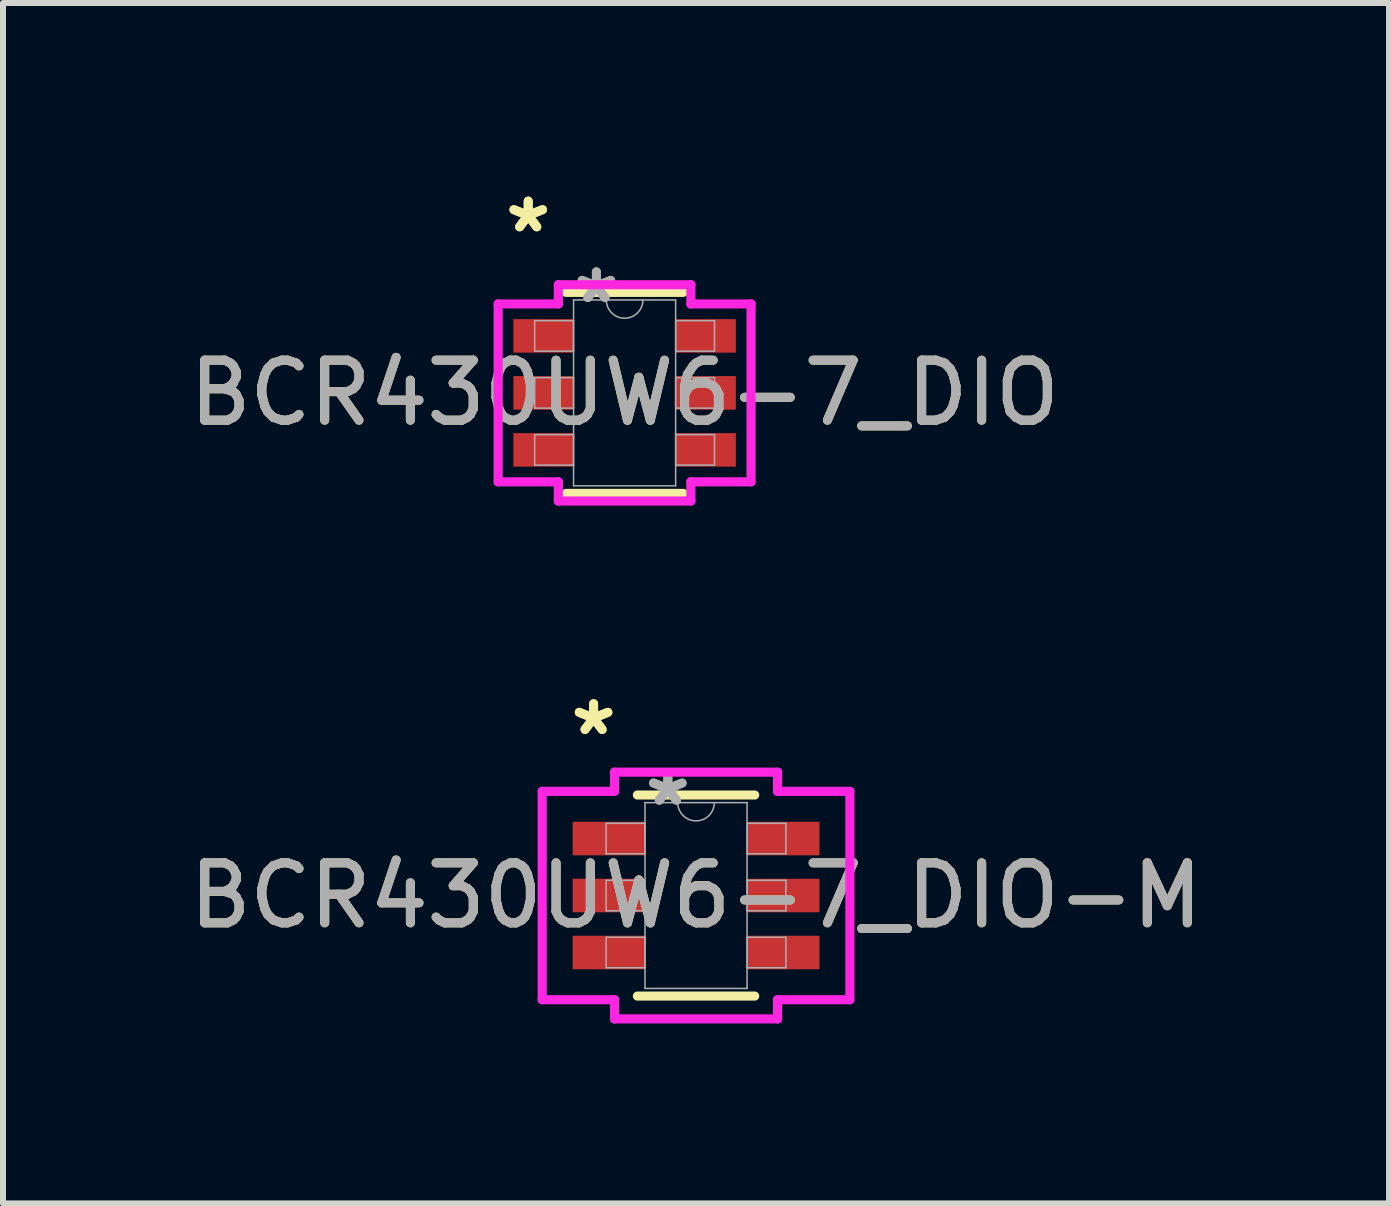
<source format=kicad_pcb>
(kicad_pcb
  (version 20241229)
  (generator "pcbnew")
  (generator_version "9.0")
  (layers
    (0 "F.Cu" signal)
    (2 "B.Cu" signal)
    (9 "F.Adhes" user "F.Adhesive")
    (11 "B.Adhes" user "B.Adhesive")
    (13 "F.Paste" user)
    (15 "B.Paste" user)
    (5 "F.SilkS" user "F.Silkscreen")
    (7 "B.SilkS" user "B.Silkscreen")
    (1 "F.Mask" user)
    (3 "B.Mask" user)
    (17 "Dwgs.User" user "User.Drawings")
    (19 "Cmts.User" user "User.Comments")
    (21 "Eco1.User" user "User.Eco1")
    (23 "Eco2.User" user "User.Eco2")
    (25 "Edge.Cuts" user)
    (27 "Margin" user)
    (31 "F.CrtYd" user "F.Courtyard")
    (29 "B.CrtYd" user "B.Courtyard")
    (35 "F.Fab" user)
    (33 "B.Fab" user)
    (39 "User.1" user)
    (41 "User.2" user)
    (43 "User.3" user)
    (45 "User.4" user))
  (footprint "BCR430UW6-7_DIO"
    (layer "F.Cu")
    (at 7.363 3.5)
    (property "Reference" "BCR430UW6-7_DIO" (at 0 0 0) (unlocked yes) (layer "F.SilkS") (effects (font (size 1 1) (thickness 0.15))))
    (attr smd)
    (fp_line (start -0.978 1.676) (end 0.978 1.676) (stroke (width 0.152) (type solid)) (layer "F.SilkS"))
    (fp_line (start 0.978 -1.676) (end -0.978 -1.676) (stroke (width 0.152) (type solid)) (layer "F.SilkS"))
    (fp_line (start -2.108 -1.483) (end -1.105 -1.483) (stroke (width 0.152) (type solid)) (layer "F.CrtYd"))
    (fp_line (start -2.108 1.483) (end -2.108 -1.483) (stroke (width 0.152) (type solid)) (layer "F.CrtYd"))
    (fp_line (start -2.108 1.483) (end -1.105 1.483) (stroke (width 0.152) (type solid)) (layer "F.CrtYd"))
    (fp_line (start -1.105 -1.803) (end 1.105 -1.803) (stroke (width 0.152) (type solid)) (layer "F.CrtYd"))
    (fp_line (start -1.105 -1.483) (end -1.105 -1.803) (stroke (width 0.152) (type solid)) (layer "F.CrtYd"))
    (fp_line (start -1.105 1.803) (end -1.105 1.483) (stroke (width 0.152) (type solid)) (layer "F.CrtYd"))
    (fp_line (start 1.105 -1.803) (end 1.105 -1.483) (stroke (width 0.152) (type solid)) (layer "F.CrtYd"))
    (fp_line (start 1.105 1.483) (end 1.105 1.803) (stroke (width 0.152) (type solid)) (layer "F.CrtYd"))
    (fp_line (start 1.105 1.803) (end -1.105 1.803) (stroke (width 0.152) (type solid)) (layer "F.CrtYd"))
    (fp_line (start 2.108 -1.483) (end 1.105 -1.483) (stroke (width 0.152) (type solid)) (layer "F.CrtYd"))
    (fp_line (start 2.108 -1.483) (end 2.108 1.483) (stroke (width 0.152) (type solid)) (layer "F.CrtYd"))
    (fp_line (start 2.108 1.483) (end 1.105 1.483) (stroke (width 0.152) (type solid)) (layer "F.CrtYd"))
    (fp_line (start -1.499 -1.204) (end -1.499 -0.696) (stroke (width 0.025) (type solid)) (layer "F.Fab"))
    (fp_line (start -1.499 -0.696) (end -0.851 -0.696) (stroke (width 0.025) (type solid)) (layer "F.Fab"))
    (fp_line (start -1.499 -0.254) (end -1.499 0.254) (stroke (width 0.025) (type solid)) (layer "F.Fab"))
    (fp_line (start -1.499 0.254) (end -0.851 0.254) (stroke (width 0.025) (type solid)) (layer "F.Fab"))
    (fp_line (start -1.499 0.696) (end -1.499 1.204) (stroke (width 0.025) (type solid)) (layer "F.Fab"))
    (fp_line (start -1.499 1.204) (end -0.851 1.204) (stroke (width 0.025) (type solid)) (layer "F.Fab"))
    (fp_line (start -0.851 -1.549) (end -0.851 1.549) (stroke (width 0.025) (type solid)) (layer "F.Fab"))
    (fp_line (start -0.851 -1.204) (end -1.499 -1.204) (stroke (width 0.025) (type solid)) (layer "F.Fab"))
    (fp_line (start -0.851 -0.696) (end -0.851 -1.204) (stroke (width 0.025) (type solid)) (layer "F.Fab"))
    (fp_line (start -0.851 -0.254) (end -1.499 -0.254) (stroke (width 0.025) (type solid)) (layer "F.Fab"))
    (fp_line (start -0.851 0.254) (end -0.851 -0.254) (stroke (width 0.025) (type solid)) (layer "F.Fab"))
    (fp_line (start -0.851 0.696) (end -1.499 0.696) (stroke (width 0.025) (type solid)) (layer "F.Fab"))
    (fp_line (start -0.851 1.204) (end -0.851 0.696) (stroke (width 0.025) (type solid)) (layer "F.Fab"))
    (fp_line (start -0.851 1.549) (end 0.851 1.549) (stroke (width 0.025) (type solid)) (layer "F.Fab"))
    (fp_line (start 0.851 -1.549) (end -0.851 -1.549) (stroke (width 0.025) (type solid)) (layer "F.Fab"))
    (fp_line (start 0.851 -1.204) (end 0.851 -0.696) (stroke (width 0.025) (type solid)) (layer "F.Fab"))
    (fp_line (start 0.851 -0.696) (end 1.499 -0.696) (stroke (width 0.025) (type solid)) (layer "F.Fab"))
    (fp_line (start 0.851 -0.254) (end 0.851 0.254) (stroke (width 0.025) (type solid)) (layer "F.Fab"))
    (fp_line (start 0.851 0.254) (end 1.499 0.254) (stroke (width 0.025) (type solid)) (layer "F.Fab"))
    (fp_line (start 0.851 0.696) (end 0.851 1.204) (stroke (width 0.025) (type solid)) (layer "F.Fab"))
    (fp_line (start 0.851 1.204) (end 1.499 1.204) (stroke (width 0.025) (type solid)) (layer "F.Fab"))
    (fp_line (start 0.851 1.549) (end 0.851 -1.549) (stroke (width 0.025) (type solid)) (layer "F.Fab"))
    (fp_line (start 1.499 -1.204) (end 0.851 -1.204) (stroke (width 0.025) (type solid)) (layer "F.Fab"))
    (fp_line (start 1.499 -0.696) (end 1.499 -1.204) (stroke (width 0.025) (type solid)) (layer "F.Fab"))
    (fp_line (start 1.499 -0.254) (end 0.851 -0.254) (stroke (width 0.025) (type solid)) (layer "F.Fab"))
    (fp_line (start 1.499 0.254) (end 1.499 -0.254) (stroke (width 0.025) (type solid)) (layer "F.Fab"))
    (fp_line (start 1.499 0.696) (end 0.851 0.696) (stroke (width 0.025) (type solid)) (layer "F.Fab"))
    (fp_line (start 1.499 1.204) (end 1.499 0.696) (stroke (width 0.025) (type solid)) (layer "F.Fab"))
    (fp_arc (start 0.3048 -1.5494) (mid 0 -1.2446) (end -0.3048 -1.5494) (stroke (width 0.0254) (type solid)) (layer "F.Fab"))
    (fp_text user "*" (at -1.607 -2.652 0) (unlocked yes) (layer "F.SilkS") (effects (font (size 1 1) (thickness 0.15))))
    (fp_text user "*" (at -1.607 -2.652 0) (layer "F.SilkS") (effects (font (size 1 1) (thickness 0.15))))
    (fp_text user "${REFERENCE}" (at 0 0 0) (unlocked yes) (layer "F.Fab") (effects (font (size 1 1) (thickness 0.15))))
    (fp_text user "*" (at -0.47 -1.473 0) (unlocked yes) (layer "F.Fab") (effects (font (size 1 1) (thickness 0.15))))
    (fp_text user "*" (at -0.47 -1.473 0) (layer "F.Fab") (effects (font (size 1 1) (thickness 0.15))))
    (pad "1" smd rect (at -1.353 -0.95) (size 1.003 0.559) (layers "F.Cu" "F.Mask" "F.Paste"))
    (pad "2" smd rect (at -1.353 0) (size 1.003 0.559) (layers "F.Cu" "F.Mask" "F.Paste"))
    (pad "3" smd rect (at -1.353 0.95) (size 1.003 0.559) (layers "F.Cu" "F.Mask" "F.Paste"))
    (pad "4" smd rect (at 1.353 0.95) (size 1.003 0.559) (layers "F.Cu" "F.Mask" "F.Paste"))
    (pad "5" smd rect (at 1.353 0) (size 1.003 0.559) (layers "F.Cu" "F.Mask" "F.Paste"))
    (pad "6" smd rect (at 1.353 -0.95) (size 1.003 0.559) (layers "F.Cu" "F.Mask" "F.Paste")))
  (footprint "BCR430UW6-7_DIO-M"
    (layer "F.Cu")
    (at 8.554 11.88)
    (property "Reference" "BCR430UW6-7_DIO-M" (at 0 0 0) (unlocked yes) (layer "F.SilkS") (effects (font (size 1 1) (thickness 0.15))))
    (attr smd)
    (fp_line (start -0.978 1.676) (end 0.978 1.676) (stroke (width 0.152) (type solid)) (layer "F.SilkS"))
    (fp_line (start 0.978 -1.676) (end -0.978 -1.676) (stroke (width 0.152) (type solid)) (layer "F.SilkS"))
    (fp_line (start -2.565 -1.737) (end -1.359 -1.737) (stroke (width 0.152) (type solid)) (layer "F.CrtYd"))
    (fp_line (start -2.565 1.737) (end -2.565 -1.737) (stroke (width 0.152) (type solid)) (layer "F.CrtYd"))
    (fp_line (start -2.565 1.737) (end -1.359 1.737) (stroke (width 0.152) (type solid)) (layer "F.CrtYd"))
    (fp_line (start -1.359 -2.057) (end 1.359 -2.057) (stroke (width 0.152) (type solid)) (layer "F.CrtYd"))
    (fp_line (start -1.359 -1.737) (end -1.359 -2.057) (stroke (width 0.152) (type solid)) (layer "F.CrtYd"))
    (fp_line (start -1.359 2.057) (end -1.359 1.737) (stroke (width 0.152) (type solid)) (layer "F.CrtYd"))
    (fp_line (start 1.359 -2.057) (end 1.359 -1.737) (stroke (width 0.152) (type solid)) (layer "F.CrtYd"))
    (fp_line (start 1.359 1.737) (end 1.359 2.057) (stroke (width 0.152) (type solid)) (layer "F.CrtYd"))
    (fp_line (start 1.359 2.057) (end -1.359 2.057) (stroke (width 0.152) (type solid)) (layer "F.CrtYd"))
    (fp_line (start 2.565 -1.737) (end 1.359 -1.737) (stroke (width 0.152) (type solid)) (layer "F.CrtYd"))
    (fp_line (start 2.565 -1.737) (end 2.565 1.737) (stroke (width 0.152) (type solid)) (layer "F.CrtYd"))
    (fp_line (start 2.565 1.737) (end 1.359 1.737) (stroke (width 0.152) (type solid)) (layer "F.CrtYd"))
    (fp_line (start -1.499 -1.204) (end -1.499 -0.696) (stroke (width 0.025) (type solid)) (layer "F.Fab"))
    (fp_line (start -1.499 -0.696) (end -0.851 -0.696) (stroke (width 0.025) (type solid)) (layer "F.Fab"))
    (fp_line (start -1.499 -0.254) (end -1.499 0.254) (stroke (width 0.025) (type solid)) (layer "F.Fab"))
    (fp_line (start -1.499 0.254) (end -0.851 0.254) (stroke (width 0.025) (type solid)) (layer "F.Fab"))
    (fp_line (start -1.499 0.696) (end -1.499 1.204) (stroke (width 0.025) (type solid)) (layer "F.Fab"))
    (fp_line (start -1.499 1.204) (end -0.851 1.204) (stroke (width 0.025) (type solid)) (layer "F.Fab"))
    (fp_line (start -0.851 -1.549) (end -0.851 1.549) (stroke (width 0.025) (type solid)) (layer "F.Fab"))
    (fp_line (start -0.851 -1.204) (end -1.499 -1.204) (stroke (width 0.025) (type solid)) (layer "F.Fab"))
    (fp_line (start -0.851 -0.696) (end -0.851 -1.204) (stroke (width 0.025) (type solid)) (layer "F.Fab"))
    (fp_line (start -0.851 -0.254) (end -1.499 -0.254) (stroke (width 0.025) (type solid)) (layer "F.Fab"))
    (fp_line (start -0.851 0.254) (end -0.851 -0.254) (stroke (width 0.025) (type solid)) (layer "F.Fab"))
    (fp_line (start -0.851 0.696) (end -1.499 0.696) (stroke (width 0.025) (type solid)) (layer "F.Fab"))
    (fp_line (start -0.851 1.204) (end -0.851 0.696) (stroke (width 0.025) (type solid)) (layer "F.Fab"))
    (fp_line (start -0.851 1.549) (end 0.851 1.549) (stroke (width 0.025) (type solid)) (layer "F.Fab"))
    (fp_line (start 0.851 -1.549) (end -0.851 -1.549) (stroke (width 0.025) (type solid)) (layer "F.Fab"))
    (fp_line (start 0.851 -1.204) (end 0.851 -0.696) (stroke (width 0.025) (type solid)) (layer "F.Fab"))
    (fp_line (start 0.851 -0.696) (end 1.499 -0.696) (stroke (width 0.025) (type solid)) (layer "F.Fab"))
    (fp_line (start 0.851 -0.254) (end 0.851 0.254) (stroke (width 0.025) (type solid)) (layer "F.Fab"))
    (fp_line (start 0.851 0.254) (end 1.499 0.254) (stroke (width 0.025) (type solid)) (layer "F.Fab"))
    (fp_line (start 0.851 0.696) (end 0.851 1.204) (stroke (width 0.025) (type solid)) (layer "F.Fab"))
    (fp_line (start 0.851 1.204) (end 1.499 1.204) (stroke (width 0.025) (type solid)) (layer "F.Fab"))
    (fp_line (start 0.851 1.549) (end 0.851 -1.549) (stroke (width 0.025) (type solid)) (layer "F.Fab"))
    (fp_line (start 1.499 -1.204) (end 0.851 -1.204) (stroke (width 0.025) (type solid)) (layer "F.Fab"))
    (fp_line (start 1.499 -0.696) (end 1.499 -1.204) (stroke (width 0.025) (type solid)) (layer "F.Fab"))
    (fp_line (start 1.499 -0.254) (end 0.851 -0.254) (stroke (width 0.025) (type solid)) (layer "F.Fab"))
    (fp_line (start 1.499 0.254) (end 1.499 -0.254) (stroke (width 0.025) (type solid)) (layer "F.Fab"))
    (fp_line (start 1.499 0.696) (end 0.851 0.696) (stroke (width 0.025) (type solid)) (layer "F.Fab"))
    (fp_line (start 1.499 1.204) (end 1.499 0.696) (stroke (width 0.025) (type solid)) (layer "F.Fab"))
    (fp_arc (start 0.3048 -1.5494) (mid 0 -1.2446) (end -0.3048 -1.5494) (stroke (width 0.0254) (type solid)) (layer "F.Fab"))
    (fp_text user "*" (at -1.708 -2.652 0) (unlocked yes) (layer "F.SilkS") (effects (font (size 1 1) (thickness 0.15))))
    (fp_text user "*" (at -1.708 -2.652 0) (layer "F.SilkS") (effects (font (size 1 1) (thickness 0.15))))
    (fp_text user "*" (at -0.47 -1.473 0) (layer "F.Fab") (effects (font (size 1 1) (thickness 0.15))))
    (fp_text user "${REFERENCE}" (at 0 0 0) (unlocked yes) (layer "F.Fab") (effects (font (size 1 1) (thickness 0.15))))
    (fp_text user "*" (at -0.47 -1.473 0) (unlocked yes) (layer "F.Fab") (effects (font (size 1 1) (thickness 0.15))))
    (pad "1" smd rect (at -1.454 -0.95) (size 1.206 0.559) (layers "F.Cu" "F.Mask" "F.Paste"))
    (pad "2" smd rect (at -1.454 0) (size 1.206 0.559) (layers "F.Cu" "F.Mask" "F.Paste"))
    (pad "3" smd rect (at -1.454 0.95) (size 1.206 0.559) (layers "F.Cu" "F.Mask" "F.Paste"))
    (pad "4" smd rect (at 1.454 0.95) (size 1.206 0.559) (layers "F.Cu" "F.Mask" "F.Paste"))
    (pad "5" smd rect (at 1.454 0) (size 1.206 0.559) (layers "F.Cu" "F.Mask" "F.Paste"))
    (pad "6" smd rect (at 1.454 -0.95) (size 1.206 0.559) (layers "F.Cu" "F.Mask" "F.Paste")))
  (gr_rect
    (start -3 -3)
    (end 20.107 17.013)
    (stroke (width 0.1) (type default))
    (fill no)
    (layer "Edge.Cuts")))
</source>
